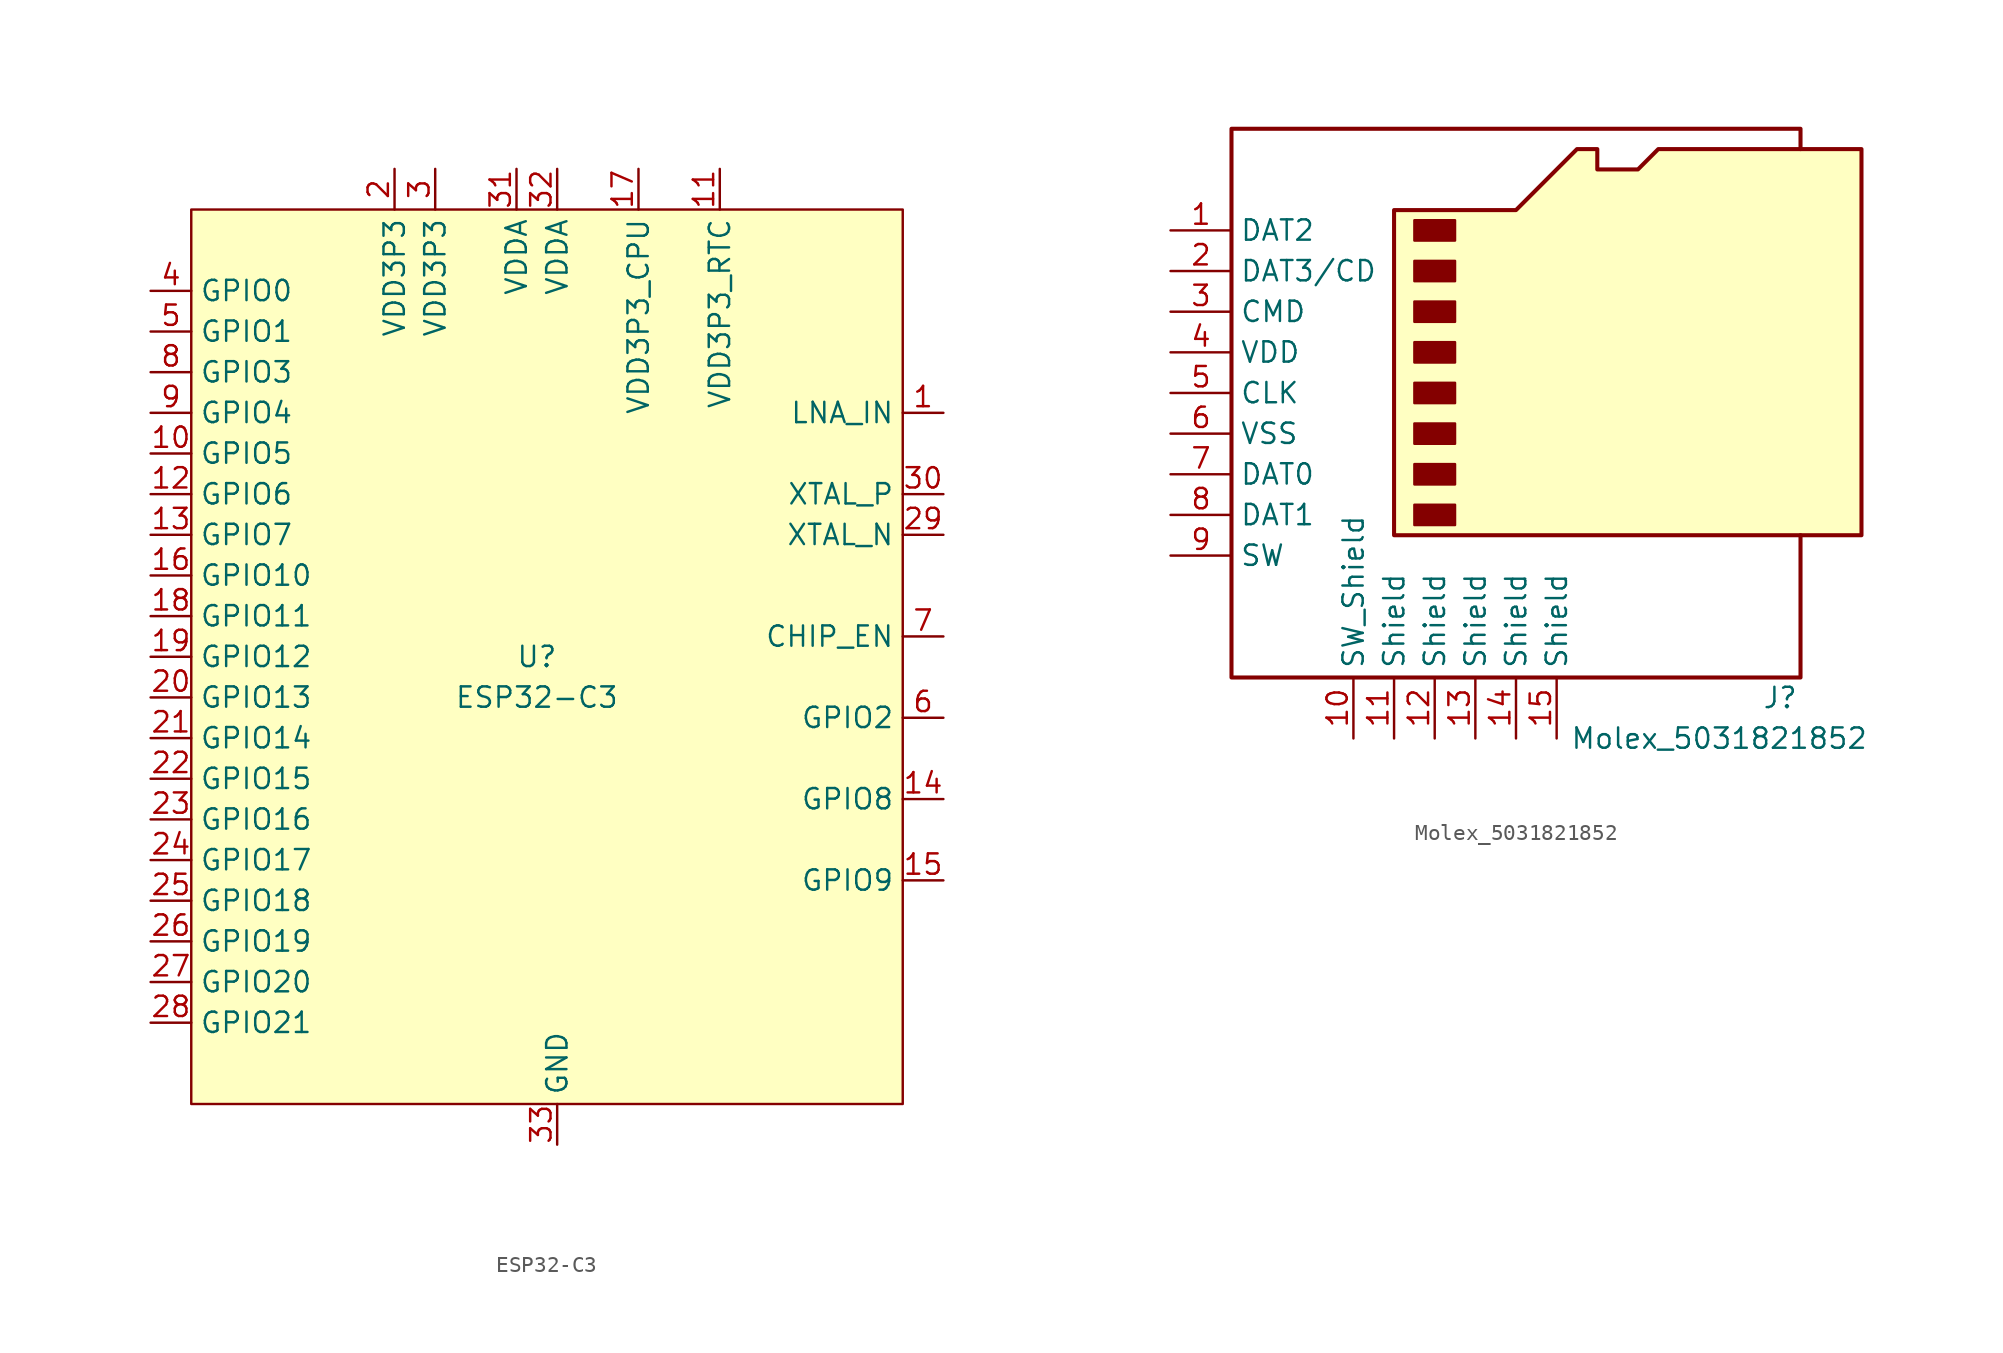
<source format=kicad_sym>
(kicad_symbol_lib
  (version 20210619)
  (generator kicad_symbol_editor)
  (symbol "ThermalMint:ESP32-C3"
    (property "Reference" "U"
      (at 24.13 27.94 0)
      (effects (font (size 1.27 1.27))))
    (property "Value" "ESP32-C3"
      (at 24.13 25.4 0)
      (effects (font (size 1.27 1.27))))
    (symbol "ESP32-C3_0_1"
      (rectangle (start 2.54 55.88) (end 46.99 0) (stroke (width 0.152)) (fill (type background))))
    (symbol "ESP32-C3_1_1"
      (pin bidirectional line (at 49.53 43.18 180) (length 2.54) (name "LNA_IN" (effects (font (size 1.27 1.27)))) (number "1" (effects (font (size 1.27 1.27)))))
      (pin bidirectional line (at 0 40.64 0) (length 2.54) (name "GPIO5" (effects (font (size 1.27 1.27)))) (number "10" (effects (font (size 1.27 1.27)))) (alternate "ADC2_CH0" input line) (alternate "FSPIWP" bidirectional line) (alternate "MTDI" bidirectional line))
      (pin power_in line (at 35.56 58.42 270) (length 2.54) (name "VDD3P3_RTC" (effects (font (size 1.27 1.27)))) (number "11" (effects (font (size 1.27 1.27)))))
      (pin bidirectional line (at 0 38.1 0) (length 2.54) (name "GPIO6" (effects (font (size 1.27 1.27)))) (number "12" (effects (font (size 1.27 1.27)))) (alternate "FSPICLK" bidirectional line) (alternate "MTCK" bidirectional line))
      (pin bidirectional line (at 0 35.56 0) (length 2.54) (name "GPIO7" (effects (font (size 1.27 1.27)))) (number "13" (effects (font (size 1.27 1.27)))) (alternate "FSPID" bidirectional line) (alternate "MTDO" bidirectional line))
      (pin bidirectional line (at 49.53 19.05 180) (length 2.54) (name "GPIO8" (effects (font (size 1.27 1.27)))) (number "14" (effects (font (size 1.27 1.27)))))
      (pin bidirectional line (at 49.53 13.97 180) (length 2.54) (name "GPIO9" (effects (font (size 1.27 1.27)))) (number "15" (effects (font (size 1.27 1.27)))))
      (pin bidirectional line (at 0 33.02 0) (length 2.54) (name "GPIO10" (effects (font (size 1.27 1.27)))) (number "16" (effects (font (size 1.27 1.27)))) (alternate "FSPICS0" output line))
      (pin power_in line (at 30.48 58.42 270) (length 2.54) (name "VDD3P3_CPU" (effects (font (size 1.27 1.27)))) (number "17" (effects (font (size 1.27 1.27)))))
      (pin bidirectional line (at 0 30.48 0) (length 2.54) (name "GPIO11" (effects (font (size 1.27 1.27)))) (number "18" (effects (font (size 1.27 1.27)))) (alternate "VDD_SPI" power_out line))
      (pin bidirectional line (at 0 27.94 0) (length 2.54) (name "GPIO12" (effects (font (size 1.27 1.27)))) (number "19" (effects (font (size 1.27 1.27)))) (alternate "SPIHD" bidirectional line))
      (pin power_in line (at 15.24 58.42 270) (length 2.54) (name "VDD3P3" (effects (font (size 1.27 1.27)))) (number "2" (effects (font (size 1.27 1.27)))))
      (pin bidirectional line (at 0 25.4 0) (length 2.54) (name "GPIO13" (effects (font (size 1.27 1.27)))) (number "20" (effects (font (size 1.27 1.27)))) (alternate "SPIWP" bidirectional line))
      (pin bidirectional line (at 0 22.86 0) (length 2.54) (name "GPIO14" (effects (font (size 1.27 1.27)))) (number "21" (effects (font (size 1.27 1.27)))) (alternate "SPICS0" bidirectional line))
      (pin bidirectional line (at 0 20.32 0) (length 2.54) (name "GPIO15" (effects (font (size 1.27 1.27)))) (number "22" (effects (font (size 1.27 1.27)))) (alternate "SPICLK" bidirectional line))
      (pin bidirectional line (at 0 17.78 0) (length 2.54) (name "GPIO16" (effects (font (size 1.27 1.27)))) (number "23" (effects (font (size 1.27 1.27)))) (alternate "SPID" bidirectional line))
      (pin bidirectional line (at 0 15.24 0) (length 2.54) (name "GPIO17" (effects (font (size 1.27 1.27)))) (number "24" (effects (font (size 1.27 1.27)))) (alternate "SPIQ" bidirectional line))
      (pin bidirectional line (at 0 12.7 0) (length 2.54) (name "GPIO18" (effects (font (size 1.27 1.27)))) (number "25" (effects (font (size 1.27 1.27)))) (alternate "USB_D-" bidirectional line))
      (pin bidirectional line (at 0 10.16 0) (length 2.54) (name "GPIO19" (effects (font (size 1.27 1.27)))) (number "26" (effects (font (size 1.27 1.27)))) (alternate "USB_D+" bidirectional line))
      (pin bidirectional line (at 0 7.62 0) (length 2.54) (name "GPIO20" (effects (font (size 1.27 1.27)))) (number "27" (effects (font (size 1.27 1.27)))) (alternate "U0RXD" bidirectional line))
      (pin bidirectional line (at 0 5.08 0) (length 2.54) (name "GPIO21" (effects (font (size 1.27 1.27)))) (number "28" (effects (font (size 1.27 1.27)))) (alternate "U0TXD" bidirectional line))
      (pin bidirectional line (at 49.53 35.56 180) (length 2.54) (name "XTAL_N" (effects (font (size 1.27 1.27)))) (number "29" (effects (font (size 1.27 1.27)))))
      (pin power_in line (at 17.78 58.42 270) (length 2.54) (name "VDD3P3" (effects (font (size 1.27 1.27)))) (number "3" (effects (font (size 1.27 1.27)))))
      (pin bidirectional line (at 49.53 38.1 180) (length 2.54) (name "XTAL_P" (effects (font (size 1.27 1.27)))) (number "30" (effects (font (size 1.27 1.27)))))
      (pin power_in line (at 22.86 58.42 270) (length 2.54) (name "VDDA" (effects (font (size 1.27 1.27)))) (number "31" (effects (font (size 1.27 1.27)))))
      (pin power_in line (at 25.4 58.42 270) (length 2.54) (name "VDDA" (effects (font (size 1.27 1.27)))) (number "32" (effects (font (size 1.27 1.27)))))
      (pin power_in line (at 25.4 -2.54 90) (length 2.54) (name "GND" (effects (font (size 1.27 1.27)))) (number "33" (effects (font (size 1.27 1.27)))))
      (pin bidirectional line (at 0 50.8 0) (length 2.54) (name "GPIO0" (effects (font (size 1.27 1.27)))) (number "4" (effects (font (size 1.27 1.27)))) (alternate "ADC1_CH0" input line) (alternate "XTAL_32K_P" bidirectional line))
      (pin bidirectional line (at 0 48.26 0) (length 2.54) (name "GPIO1" (effects (font (size 1.27 1.27)))) (number "5" (effects (font (size 1.27 1.27)))) (alternate "ADC1_CH1" input line) (alternate "XTAL_32K_N" bidirectional line))
      (pin bidirectional line (at 49.53 24.13 180) (length 2.54) (name "GPIO2" (effects (font (size 1.27 1.27)))) (number "6" (effects (font (size 1.27 1.27)))) (alternate "ADC1_CH2" input line) (alternate "FSPIQ" bidirectional line))
      (pin input line (at 49.53 29.21 180) (length 2.54) (name "CHIP_EN" (effects (font (size 1.27 1.27)))) (number "7" (effects (font (size 1.27 1.27)))))
      (pin bidirectional line (at 0 45.72 0) (length 2.54) (name "GPIO3" (effects (font (size 1.27 1.27)))) (number "8" (effects (font (size 1.27 1.27)))) (alternate "ADC1_CH3" input line))
      (pin bidirectional line (at 0 43.18 0) (length 2.54) (name "GPIO4" (effects (font (size 1.27 1.27)))) (number "9" (effects (font (size 1.27 1.27)))) (alternate "ADC1_CH4" input line) (alternate "FSPIHD" bidirectional line) (alternate "MTMS" bidirectional line))))
  (symbol "ThermalMint:Molex_5031821852"
    (property "Reference" "J"
      (at 38.1 -3.81 0)
      (effects (font (size 1.27 1.27))))
    (property "Value" "Molex_5031821852"
      (at 34.29 -6.35 0)
      (effects (font (size 1.27 1.27))))
    (symbol "Molex_5031821852_0_1"
      (rectangle (start 15.24 8.255) (end 17.78 6.985) (stroke (width 0)) (fill (type outline)))
      (rectangle (start 15.24 10.795) (end 17.78 9.525) (stroke (width 0)) (fill (type outline)))
      (rectangle (start 15.24 13.335) (end 17.78 12.065) (stroke (width 0)) (fill (type outline)))
      (rectangle (start 15.24 15.875) (end 17.78 14.605) (stroke (width 0)) (fill (type outline)))
      (rectangle (start 15.24 18.415) (end 17.78 17.145) (stroke (width 0)) (fill (type outline)))
      (rectangle (start 15.24 20.955) (end 17.78 19.685) (stroke (width 0)) (fill (type outline)))
      (rectangle (start 15.24 23.495) (end 17.78 22.225) (stroke (width 0)) (fill (type outline)))
      (rectangle (start 15.24 26.035) (end 17.78 24.765) (stroke (width 0)) (fill (type outline)))
      (polyline (pts (xy 39.37 30.48) (xy 39.37 31.75) (xy 3.81 31.75) (xy 3.81 -2.54) (xy 39.37 -2.54) (xy 39.37 6.35)) (stroke (width 0.254)) (fill (type none)))
      (polyline (pts (xy 13.97 6.35) (xy 13.97 26.67) (xy 21.59 26.67) (xy 25.4 30.48) (xy 26.67 30.48) (xy 26.67 29.21) (xy 29.21 29.21) (xy 30.48 30.48) (xy 43.18 30.48) (xy 43.18 6.35) (xy 13.97 6.35)) (stroke (width 0.254)) (fill (type background))))
    (symbol "Molex_5031821852_1_1"
      (pin bidirectional line (at 0 25.4 0) (length 3.81) (name "DAT2" (effects (font (size 1.27 1.27)))) (number "1" (effects (font (size 1.27 1.27)))))
      (pin passive line (at 11.43 -6.35 90) (length 3.81) (name "SW_Shield" (effects (font (size 1.27 1.27)))) (number "10" (effects (font (size 1.27 1.27)))))
      (pin passive line (at 13.97 -6.35 90) (length 3.81) (name "Shield" (effects (font (size 1.27 1.27)))) (number "11" (effects (font (size 1.27 1.27)))))
      (pin passive line (at 16.51 -6.35 90) (length 3.81) (name "Shield" (effects (font (size 1.27 1.27)))) (number "12" (effects (font (size 1.27 1.27)))))
      (pin passive line (at 19.05 -6.35 90) (length 3.81) (name "Shield" (effects (font (size 1.27 1.27)))) (number "13" (effects (font (size 1.27 1.27)))))
      (pin passive line (at 21.59 -6.35 90) (length 3.81) (name "Shield" (effects (font (size 1.27 1.27)))) (number "14" (effects (font (size 1.27 1.27)))))
      (pin passive line (at 24.13 -6.35 90) (length 3.81) (name "Shield" (effects (font (size 1.27 1.27)))) (number "15" (effects (font (size 1.27 1.27)))))
      (pin bidirectional line (at 0 22.86 0) (length 3.81) (name "DAT3/CD" (effects (font (size 1.27 1.27)))) (number "2" (effects (font (size 1.27 1.27)))))
      (pin input line (at 0 20.32 0) (length 3.81) (name "CMD" (effects (font (size 1.27 1.27)))) (number "3" (effects (font (size 1.27 1.27)))))
      (pin power_in line (at 0 17.78 0) (length 3.81) (name "VDD" (effects (font (size 1.27 1.27)))) (number "4" (effects (font (size 1.27 1.27)))))
      (pin input line (at 0 15.24 0) (length 3.81) (name "CLK" (effects (font (size 1.27 1.27)))) (number "5" (effects (font (size 1.27 1.27)))))
      (pin power_in line (at 0 12.7 0) (length 3.81) (name "VSS" (effects (font (size 1.27 1.27)))) (number "6" (effects (font (size 1.27 1.27)))))
      (pin bidirectional line (at 0 10.16 0) (length 3.81) (name "DAT0" (effects (font (size 1.27 1.27)))) (number "7" (effects (font (size 1.27 1.27)))))
      (pin bidirectional line (at 0 7.62 0) (length 3.81) (name "DAT1" (effects (font (size 1.27 1.27)))) (number "8" (effects (font (size 1.27 1.27)))))
      (pin open_collector line (at 0 5.08 0) (length 3.81) (name "SW" (effects (font (size 1.27 1.27)))) (number "9" (effects (font (size 1.27 1.27))))))))
</source>
